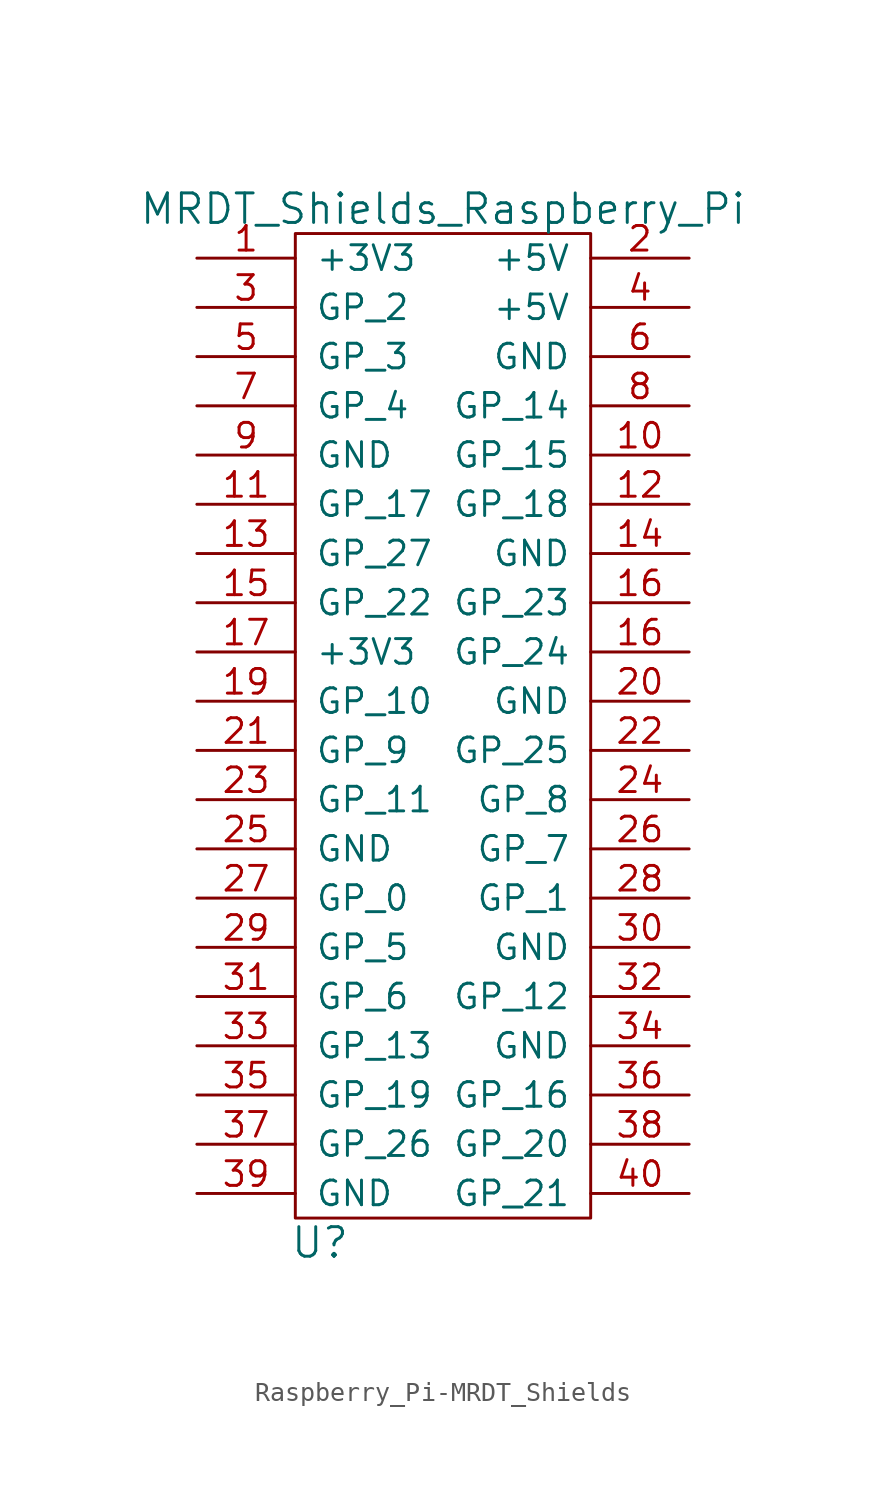
<source format=kicad_sym>
(kicad_symbol_lib
  (version 20220914)
  (generator kicad_symbol_editor)
  (symbol "Raspberry_Pi-MRDT_Shields"
    (pin_names
      (offset 1.016))
    (property "Reference" "U"
      (at 1.27 -1.27 0)
      (effects (font (size 1.524 1.524))))
    (property "Value" "MRDT_Shields_Raspberry_Pi"
      (at 7.62 52.07 0)
      (effects (font (size 1.524 1.524))))
    (symbol "Raspberry_Pi-MRDT_Shields_0_1"
      (rectangle (start 15.24 0) (end 0 50.8) (stroke (width 0) (type solid)) (fill (type none))))
    (symbol "Raspberry_Pi-MRDT_Shields_1_1"
      (pin input line (at -5.08 49.53 0) (length 5.08) (name "+3V3" (effects (font (size 1.27 1.27)))) (number "1" (effects (font (size 1.27 1.27)))))
      (pin input line (at 20.32 39.37 180) (length 5.08) (name "GP_15" (effects (font (size 1.27 1.27)))) (number "10" (effects (font (size 1.27 1.27)))))
      (pin input line (at -5.08 36.83 0) (length 5.08) (name "GP_17" (effects (font (size 1.27 1.27)))) (number "11" (effects (font (size 1.27 1.27)))))
      (pin input line (at 20.32 36.83 180) (length 5.08) (name "GP_18" (effects (font (size 1.27 1.27)))) (number "12" (effects (font (size 1.27 1.27)))))
      (pin input line (at -5.08 34.29 0) (length 5.08) (name "GP_27" (effects (font (size 1.27 1.27)))) (number "13" (effects (font (size 1.27 1.27)))))
      (pin input line (at 20.32 34.29 180) (length 5.08) (name "GND" (effects (font (size 1.27 1.27)))) (number "14" (effects (font (size 1.27 1.27)))))
      (pin input line (at -5.08 31.75 0) (length 5.08) (name "GP_22" (effects (font (size 1.27 1.27)))) (number "15" (effects (font (size 1.27 1.27)))))
      (pin input line (at 20.32 31.75 180) (length 5.08) (name "GP_23" (effects (font (size 1.27 1.27)))) (number "16" (effects (font (size 1.27 1.27)))))
      (pin input line (at 20.32 29.21 180) (length 5.08) (name "GP_24" (effects (font (size 1.27 1.27)))) (number "16" (effects (font (size 1.27 1.27)))))
      (pin input line (at -5.08 29.21 0) (length 5.08) (name "+3V3" (effects (font (size 1.27 1.27)))) (number "17" (effects (font (size 1.27 1.27)))))
      (pin input line (at -5.08 26.67 0) (length 5.08) (name "GP_10" (effects (font (size 1.27 1.27)))) (number "19" (effects (font (size 1.27 1.27)))))
      (pin input line (at 20.32 49.53 180) (length 5.08) (name "+5V" (effects (font (size 1.27 1.27)))) (number "2" (effects (font (size 1.27 1.27)))))
      (pin input line (at 20.32 26.67 180) (length 5.08) (name "GND" (effects (font (size 1.27 1.27)))) (number "20" (effects (font (size 1.27 1.27)))))
      (pin input line (at -5.08 24.13 0) (length 5.08) (name "GP_9" (effects (font (size 1.27 1.27)))) (number "21" (effects (font (size 1.27 1.27)))))
      (pin input line (at 20.32 24.13 180) (length 5.08) (name "GP_25" (effects (font (size 1.27 1.27)))) (number "22" (effects (font (size 1.27 1.27)))))
      (pin input line (at -5.08 21.59 0) (length 5.08) (name "GP_11" (effects (font (size 1.27 1.27)))) (number "23" (effects (font (size 1.27 1.27)))))
      (pin input line (at 20.32 21.59 180) (length 5.08) (name "GP_8" (effects (font (size 1.27 1.27)))) (number "24" (effects (font (size 1.27 1.27)))))
      (pin input line (at -5.08 19.05 0) (length 5.08) (name "GND" (effects (font (size 1.27 1.27)))) (number "25" (effects (font (size 1.27 1.27)))))
      (pin input line (at 20.32 19.05 180) (length 5.08) (name "GP_7" (effects (font (size 1.27 1.27)))) (number "26" (effects (font (size 1.27 1.27)))))
      (pin input line (at -5.08 16.51 0) (length 5.08) (name "GP_0" (effects (font (size 1.27 1.27)))) (number "27" (effects (font (size 1.27 1.27)))))
      (pin input line (at 20.32 16.51 180) (length 5.08) (name "GP_1" (effects (font (size 1.27 1.27)))) (number "28" (effects (font (size 1.27 1.27)))))
      (pin input line (at -5.08 13.97 0) (length 5.08) (name "GP_5" (effects (font (size 1.27 1.27)))) (number "29" (effects (font (size 1.27 1.27)))))
      (pin input line (at -5.08 46.99 0) (length 5.08) (name "GP_2" (effects (font (size 1.27 1.27)))) (number "3" (effects (font (size 1.27 1.27)))))
      (pin input line (at 20.32 13.97 180) (length 5.08) (name "GND" (effects (font (size 1.27 1.27)))) (number "30" (effects (font (size 1.27 1.27)))))
      (pin input line (at -5.08 11.43 0) (length 5.08) (name "GP_6" (effects (font (size 1.27 1.27)))) (number "31" (effects (font (size 1.27 1.27)))))
      (pin input line (at 20.32 11.43 180) (length 5.08) (name "GP_12" (effects (font (size 1.27 1.27)))) (number "32" (effects (font (size 1.27 1.27)))))
      (pin input line (at -5.08 8.89 0) (length 5.08) (name "GP_13" (effects (font (size 1.27 1.27)))) (number "33" (effects (font (size 1.27 1.27)))))
      (pin input line (at 20.32 8.89 180) (length 5.08) (name "GND" (effects (font (size 1.27 1.27)))) (number "34" (effects (font (size 1.27 1.27)))))
      (pin input line (at -5.08 6.35 0) (length 5.08) (name "GP_19" (effects (font (size 1.27 1.27)))) (number "35" (effects (font (size 1.27 1.27)))))
      (pin input line (at 20.32 6.35 180) (length 5.08) (name "GP_16" (effects (font (size 1.27 1.27)))) (number "36" (effects (font (size 1.27 1.27)))))
      (pin input line (at -5.08 3.81 0) (length 5.08) (name "GP_26" (effects (font (size 1.27 1.27)))) (number "37" (effects (font (size 1.27 1.27)))))
      (pin input line (at 20.32 3.81 180) (length 5.08) (name "GP_20" (effects (font (size 1.27 1.27)))) (number "38" (effects (font (size 1.27 1.27)))))
      (pin input line (at -5.08 1.27 0) (length 5.08) (name "GND" (effects (font (size 1.27 1.27)))) (number "39" (effects (font (size 1.27 1.27)))))
      (pin input line (at 20.32 46.99 180) (length 5.08) (name "+5V" (effects (font (size 1.27 1.27)))) (number "4" (effects (font (size 1.27 1.27)))))
      (pin input line (at 20.32 1.27 180) (length 5.08) (name "GP_21" (effects (font (size 1.27 1.27)))) (number "40" (effects (font (size 1.27 1.27)))))
      (pin input line (at -5.08 44.45 0) (length 5.08) (name "GP_3" (effects (font (size 1.27 1.27)))) (number "5" (effects (font (size 1.27 1.27)))))
      (pin input line (at 20.32 44.45 180) (length 5.08) (name "GND" (effects (font (size 1.27 1.27)))) (number "6" (effects (font (size 1.27 1.27)))))
      (pin input line (at -5.08 41.91 0) (length 5.08) (name "GP_4" (effects (font (size 1.27 1.27)))) (number "7" (effects (font (size 1.27 1.27)))))
      (pin input line (at 20.32 41.91 180) (length 5.08) (name "GP_14" (effects (font (size 1.27 1.27)))) (number "8" (effects (font (size 1.27 1.27)))))
      (pin input line (at -5.08 39.37 0) (length 5.08) (name "GND" (effects (font (size 1.27 1.27)))) (number "9" (effects (font (size 1.27 1.27))))))))
</source>
